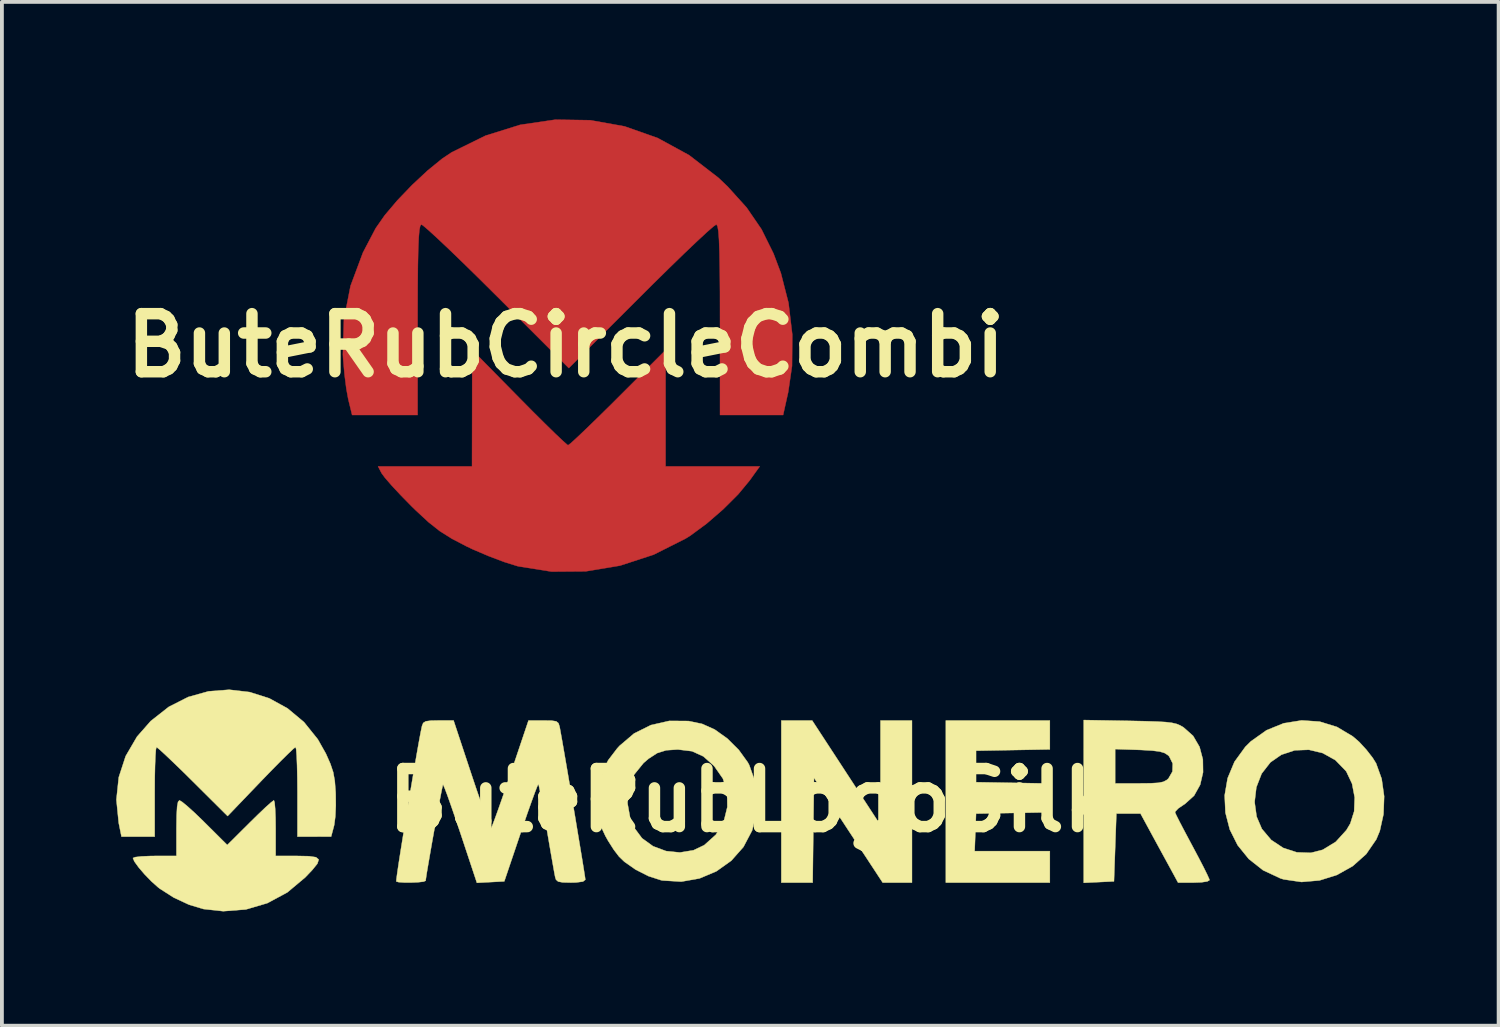
<source format=kicad_pcb>
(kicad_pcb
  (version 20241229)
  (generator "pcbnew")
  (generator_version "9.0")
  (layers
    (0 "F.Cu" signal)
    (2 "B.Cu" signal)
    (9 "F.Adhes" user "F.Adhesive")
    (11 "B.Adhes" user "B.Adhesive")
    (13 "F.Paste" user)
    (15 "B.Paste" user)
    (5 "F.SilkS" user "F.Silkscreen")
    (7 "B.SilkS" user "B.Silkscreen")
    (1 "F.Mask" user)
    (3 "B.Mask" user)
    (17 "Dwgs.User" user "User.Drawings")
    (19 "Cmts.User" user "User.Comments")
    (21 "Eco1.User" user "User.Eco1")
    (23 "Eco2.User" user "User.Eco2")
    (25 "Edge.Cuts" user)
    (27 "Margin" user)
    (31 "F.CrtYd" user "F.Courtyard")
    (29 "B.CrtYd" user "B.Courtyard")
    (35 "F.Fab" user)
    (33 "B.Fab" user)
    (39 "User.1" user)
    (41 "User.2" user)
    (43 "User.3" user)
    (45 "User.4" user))
  (footprint "ButeRubLogoSilk"
    (layer "F.Cu")
    (at 16.631 17.956)
    (property "Reference" "ButeRubLogoSilk" (at 0 0 0) (layer "F.SilkS") (effects (font (size 1.524 1.524) (thickness 0.3))))
    (attr through_hole)
    (fp_poly (pts (xy 2.533 -0.721) (xy 3.429 0.653) (xy 3.429 -2.095) (xy 4.255 -2.095) (xy 4.255 2.159) (xy 3.486 2.159) (xy 2.584 0.784) (xy 1.683 -0.59) (xy 1.666 0.784) (xy 1.649 2.159) (xy 0.826 2.159) (xy 0.826 -2.095) (xy 1.636 -2.095) (xy 2.533 -0.721)) (stroke (width 0.01) (type solid)) (fill yes) (layer "F.SilkS"))
    (fp_poly (pts (xy 7.874 -1.337) (xy 5.937 -1.302) (xy 5.937 -0.476) (xy 6.906 -0.459) (xy 7.874 -0.441) (xy 7.874 0.314) (xy 5.937 0.349) (xy 5.919 0.841) (xy 5.9 1.333) (xy 7.874 1.333) (xy 7.874 2.159) (xy 5.144 2.159) (xy 5.144 -2.095) (xy 7.874 -2.095) (xy 7.874 -1.337)) (stroke (width 0.01) (type solid)) (fill yes) (layer "F.SilkS"))
    (fp_poly (pts (xy -12.474 0.059) (xy -12.459 0.221) (xy -12.449 0.459) (xy -12.446 0.73) (xy -12.446 1.46) (xy -11.874 1.46) (xy -11.572 1.466) (xy -11.388 1.493) (xy -11.315 1.554) (xy -11.351 1.663) (xy -11.489 1.833) (xy -11.669 2.022) (xy -12.139 2.416) (xy -12.663 2.698) (xy -13.228 2.864) (xy -13.822 2.91) (xy -14.34 2.853) (xy -14.722 2.738) (xy -15.123 2.551) (xy -15.484 2.32) (xy -15.537 2.279) (xy -15.712 2.122) (xy -15.89 1.938) (xy -16.045 1.756) (xy -16.154 1.605) (xy -16.192 1.515) (xy -16.134 1.491) (xy -15.976 1.472) (xy -15.749 1.462) (xy -15.621 1.46) (xy -15.05 1.46) (xy -15.05 0.73) (xy -15.045 0.392) (xy -15.032 0.166) (xy -15.008 0.04) (xy -14.972 0.000015) (xy -14.971 0) (xy -14.899 0.043) (xy -14.758 0.159) (xy -14.566 0.333) (xy -14.344 0.547) (xy -14.305 0.586) (xy -13.716 1.172) (xy -13.127 0.586) (xy -12.905 0.368) (xy -12.714 0.186) (xy -12.572 0.059) (xy -12.497 0.002) (xy -12.492 0) (xy -12.474 0.059)) (stroke (width 0.01) (type solid)) (fill yes) (layer "F.SilkS"))
    (fp_poly (pts (xy -13.128 -2.841) (xy -12.613 -2.677) (xy -12.133 -2.413) (xy -11.703 -2.054) (xy -11.339 -1.601) (xy -11.128 -1.227) (xy -11.009 -0.958) (xy -10.935 -0.737) (xy -10.894 -0.508) (xy -10.872 -0.215) (xy -10.87 -0.161) (xy -10.867 0.139) (xy -10.88 0.423) (xy -10.908 0.641) (xy -10.918 0.683) (xy -10.99 0.952) (xy -11.432 0.953) (xy -11.874 0.953) (xy -11.874 -0.222) (xy -11.877 -0.593) (xy -11.884 -0.915) (xy -11.894 -1.17) (xy -11.907 -1.338) (xy -11.922 -1.398) (xy -11.979 -1.355) (xy -12.108 -1.233) (xy -12.297 -1.047) (xy -12.531 -0.81) (xy -12.796 -0.537) (xy -12.838 -0.493) (xy -13.707 0.413) (xy -14.617 -0.492) (xy -14.895 -0.767) (xy -15.144 -1.007) (xy -15.348 -1.201) (xy -15.495 -1.335) (xy -15.569 -1.395) (xy -15.574 -1.397) (xy -15.589 -1.337) (xy -15.602 -1.169) (xy -15.612 -0.914) (xy -15.619 -0.592) (xy -15.621 -0.222) (xy -15.621 0.953) (xy -16.492 0.953) (xy -16.565 0.593) (xy -16.626 -0.017) (xy -16.564 -0.605) (xy -16.383 -1.16) (xy -16.085 -1.671) (xy -15.725 -2.081) (xy -15.252 -2.453) (xy -14.742 -2.712) (xy -14.208 -2.861) (xy -13.665 -2.903) (xy -13.128 -2.841)) (stroke (width 0.01) (type solid)) (fill yes) (layer "F.SilkS"))
    (fp_poly (pts (xy 14.957 -2.066) (xy 15.411 -1.926) (xy 15.825 -1.678) (xy 15.996 -1.53) (xy 16.181 -1.329) (xy 16.346 -1.117) (xy 16.437 -0.971) (xy 16.583 -0.565) (xy 16.648 -0.106) (xy 16.631 0.365) (xy 16.534 0.805) (xy 16.442 1.025) (xy 16.177 1.411) (xy 15.824 1.726) (xy 15.408 1.959) (xy 14.952 2.102) (xy 14.479 2.143) (xy 14.013 2.075) (xy 13.925 2.048) (xy 13.47 1.835) (xy 13.095 1.539) (xy 12.802 1.177) (xy 12.597 0.767) (xy 12.483 0.326) (xy 12.47 0.044) (xy 13.248 0.044) (xy 13.301 0.427) (xy 13.438 0.748) (xy 13.684 1.04) (xy 13.999 1.249) (xy 14.355 1.365) (xy 14.724 1.378) (xy 15.036 1.298) (xy 15.378 1.089) (xy 15.658 0.781) (xy 15.76 0.609) (xy 15.861 0.289) (xy 15.875 -0.075) (xy 15.806 -0.436) (xy 15.658 -0.75) (xy 15.641 -0.774) (xy 15.368 -1.055) (xy 15.036 -1.24) (xy 14.673 -1.327) (xy 14.302 -1.313) (xy 13.949 -1.196) (xy 13.663 -0.997) (xy 13.433 -0.701) (xy 13.294 -0.343) (xy 13.248 0.044) (xy 12.47 0.044) (xy 12.462 -0.129) (xy 12.54 -0.581) (xy 12.72 -1.012) (xy 13.005 -1.405) (xy 13.151 -1.549) (xy 13.561 -1.84) (xy 14.012 -2.023) (xy 14.484 -2.098) (xy 14.957 -2.066)) (stroke (width 0.01) (type solid)) (fill yes) (layer "F.SilkS"))
    (fp_poly (pts (xy 9.954 -2.086) (xy 10.374 -2.077) (xy 10.688 -2.067) (xy 10.917 -2.054) (xy 11.08 -2.034) (xy 11.199 -2.006) (xy 11.294 -1.967) (xy 11.384 -1.914) (xy 11.634 -1.692) (xy 11.803 -1.403) (xy 11.89 -1.075) (xy 11.895 -0.735) (xy 11.819 -0.408) (xy 11.66 -0.123) (xy 11.419 0.095) (xy 11.393 0.111) (xy 11.247 0.21) (xy 11.167 0.294) (xy 11.161 0.32) (xy 11.196 0.397) (xy 11.28 0.564) (xy 11.403 0.799) (xy 11.553 1.081) (xy 11.621 1.208) (xy 11.778 1.503) (xy 11.911 1.76) (xy 12.008 1.957) (xy 12.06 2.074) (xy 12.065 2.095) (xy 12.006 2.129) (xy 11.85 2.152) (xy 11.652 2.159) (xy 11.239 2.159) (xy 11.075 1.857) (xy 10.973 1.67) (xy 10.832 1.412) (xy 10.675 1.124) (xy 10.582 0.953) (xy 10.254 0.349) (xy 9.62 0.349) (xy 9.557 2.127) (xy 8.763 2.165) (xy 8.763 -0.445) (xy 9.588 -0.445) (xy 10.223 -0.445) (xy 10.523 -0.448) (xy 10.724 -0.46) (xy 10.854 -0.487) (xy 10.941 -0.533) (xy 10.986 -0.572) (xy 11.092 -0.756) (xy 11.099 -0.966) (xy 11.007 -1.152) (xy 10.979 -1.181) (xy 10.89 -1.24) (xy 10.76 -1.28) (xy 10.562 -1.305) (xy 10.269 -1.322) (xy 10.217 -1.324) (xy 9.588 -1.345) (xy 9.588 -0.445) (xy 8.763 -0.445) (xy 8.763 -2.107) (xy 9.954 -2.086)) (stroke (width 0.01) (type solid)) (fill yes) (layer "F.SilkS"))
    (fp_poly (pts (xy -1.608 -2.081) (xy -1.254 -2.007) (xy -0.925 -1.86) (xy -0.592 -1.623) (xy -0.291 -1.324) (xy -0.054 -0.996) (xy -0.017 -0.927) (xy 0.126 -0.528) (xy 0.186 -0.075) (xy 0.162 0.387) (xy 0.059 0.793) (xy -0.168 1.224) (xy -0.487 1.584) (xy -0.879 1.863) (xy -1.322 2.05) (xy -1.799 2.134) (xy -2.288 2.104) (xy -2.335 2.095) (xy -2.662 1.989) (xy -2.999 1.818) (xy -3.293 1.612) (xy -3.433 1.477) (xy -3.572 1.295) (xy -3.719 1.064) (xy -3.792 0.934) (xy -3.878 0.75) (xy -3.93 0.579) (xy -3.956 0.376) (xy -3.966 0.099) (xy -3.966 0.072) (xy -3.212 0.072) (xy -3.139 0.475) (xy -3.042 0.709) (xy -2.83 0.995) (xy -2.54 1.205) (xy -2.199 1.332) (xy -1.836 1.369) (xy -1.478 1.31) (xy -1.197 1.176) (xy -0.89 0.9) (xy -0.684 0.552) (xy -0.591 0.175) (xy -0.596 -0.224) (xy -0.707 -0.57) (xy -0.933 -0.895) (xy -0.944 -0.907) (xy -1.22 -1.153) (xy -1.518 -1.289) (xy -1.879 -1.333) (xy -1.899 -1.334) (xy -2.195 -1.314) (xy -2.43 -1.241) (xy -2.657 -1.094) (xy -2.791 -0.979) (xy -3.035 -0.677) (xy -3.177 -0.319) (xy -3.212 0.072) (xy -3.966 0.072) (xy -3.966 0.032) (xy -3.945 -0.396) (xy -3.868 -0.744) (xy -3.719 -1.052) (xy -3.484 -1.36) (xy -3.421 -1.43) (xy -3.039 -1.755) (xy -2.597 -1.975) (xy -2.113 -2.085) (xy -1.608 -2.081)) (stroke (width 0.01) (type solid)) (fill yes) (layer "F.SilkS"))
    (fp_poly (pts (xy -7.304 -0.671) (xy -7.17 -0.272) (xy -7.047 0.081) (xy -6.942 0.373) (xy -6.86 0.588) (xy -6.808 0.709) (xy -6.792 0.729) (xy -6.761 0.664) (xy -6.697 0.496) (xy -6.605 0.242) (xy -6.491 -0.082) (xy -6.362 -0.457) (xy -6.281 -0.695) (xy -5.81 -2.095) (xy -5.418 -2.095) (xy -5.203 -2.092) (xy -5.082 -2.073) (xy -5.023 -2.025) (xy -4.994 -1.936) (xy -4.991 -1.921) (xy -4.966 -1.783) (xy -4.924 -1.549) (xy -4.87 -1.238) (xy -4.806 -0.867) (xy -4.736 -0.455) (xy -4.663 -0.021) (xy -4.589 0.417) (xy -4.519 0.84) (xy -4.454 1.23) (xy -4.398 1.568) (xy -4.355 1.835) (xy -4.327 2.014) (xy -4.318 2.084) (xy -4.38 2.132) (xy -4.562 2.156) (xy -4.698 2.159) (xy -4.912 2.154) (xy -5.031 2.132) (xy -5.088 2.082) (xy -5.109 2.016) (xy -5.13 1.909) (xy -5.167 1.7) (xy -5.218 1.412) (xy -5.277 1.067) (xy -5.334 0.735) (xy -5.396 0.371) (xy -5.453 0.052) (xy -5.5 -0.201) (xy -5.534 -0.367) (xy -5.55 -0.427) (xy -5.576 -0.377) (xy -5.636 -0.224) (xy -5.724 0.017) (xy -5.834 0.326) (xy -5.958 0.688) (xy -6.009 0.838) (xy -6.445 2.127) (xy -7.164 2.165) (xy -7.596 0.863) (xy -7.724 0.484) (xy -7.839 0.15) (xy -7.935 -0.121) (xy -8.007 -0.312) (xy -8.048 -0.406) (xy -8.055 -0.412) (xy -8.071 -0.347) (xy -8.105 -0.179) (xy -8.153 0.067) (xy -8.209 0.37) (xy -8.27 0.705) (xy -8.332 1.05) (xy -8.39 1.382) (xy -8.441 1.677) (xy -8.481 1.913) (xy -8.504 2.067) (xy -8.509 2.111) (xy -8.565 2.134) (xy -8.707 2.15) (xy -8.891 2.158) (xy -9.077 2.157) (xy -9.221 2.147) (xy -9.28 2.129) (xy -9.275 2.064) (xy -9.252 1.891) (xy -9.213 1.629) (xy -9.161 1.297) (xy -9.099 0.911) (xy -9.031 0.489) (xy -8.959 0.051) (xy -8.885 -0.386) (xy -8.814 -0.805) (xy -8.748 -1.187) (xy -8.69 -1.514) (xy -8.643 -1.768) (xy -8.609 -1.932) (xy -8.605 -1.953) (xy -8.573 -2.031) (xy -8.506 -2.074) (xy -8.372 -2.092) (xy -8.173 -2.096) (xy -7.776 -2.096) (xy -7.304 -0.671)) (stroke (width 0.01) (type solid)) (fill yes) (layer "F.SilkS")))
  (footprint "ButeRubCircleCombi"
    (layer "F.Cu")
    (at 11.8 6.017)
    (property "Reference" "ButeRubCircleCombi" (at 0 0 0) (layer "F.SilkS") (effects (font (size 1.524 1.524) (thickness 0.3))))
    (attr through_hole)
    (fp_poly (pts (xy -1.226 1.369) (xy -0.866 1.733) (xy -0.543 2.054) (xy -0.273 2.318) (xy -0.072 2.508) (xy 0.042 2.608) (xy 0.06 2.619) (xy 0.131 2.566) (xy 0.296 2.415) (xy 0.539 2.184) (xy 0.844 1.888) (xy 1.194 1.544) (xy 1.368 1.37) (xy 2.619 0.121) (xy 2.619 3.175) (xy 5.09 3.175) (xy 4.827 3.542) (xy 4.525 3.907) (xy 4.131 4.3) (xy 3.697 4.676) (xy 3.271 4.99) (xy 3.146 5.068) (xy 2.306 5.491) (xy 1.423 5.779) (xy 0.523 5.929) (xy -0.373 5.936) (xy -1.241 5.798) (xy -1.27 5.791) (xy -1.613 5.684) (xy -2.026 5.528) (xy -2.443 5.35) (xy -2.615 5.268) (xy -2.995 5.069) (xy -3.309 4.871) (xy -3.606 4.636) (xy -3.939 4.327) (xy -4.053 4.216) (xy -4.329 3.934) (xy -4.569 3.677) (xy -4.746 3.473) (xy -4.834 3.354) (xy -4.927 3.175) (xy -2.461 3.175) (xy -2.458 1.647) (xy -2.456 0.119) (xy -1.226 1.369)) (stroke (width 0.01) (type solid)) (fill yes) (layer "F.Cu"))
    (fp_poly (pts (xy 0.642 -5.912) (xy 1.542 -5.751) (xy 2.411 -5.445) (xy 3.236 -4.995) (xy 4.004 -4.403) (xy 4.249 -4.17) (xy 4.747 -3.618) (xy 5.137 -3.049) (xy 5.452 -2.413) (xy 5.645 -1.901) (xy 5.846 -1.116) (xy 5.945 -0.285) (xy 5.938 0.539) (xy 5.838 1.223) (xy 5.704 1.826) (xy 4.048 1.826) (xy 4.048 -0.675) (xy 4.047 -1.404) (xy 4.042 -1.987) (xy 4.034 -2.437) (xy 4.022 -2.768) (xy 4.006 -2.992) (xy 3.984 -3.123) (xy 3.956 -3.173) (xy 3.95 -3.175) (xy 3.872 -3.121) (xy 3.696 -2.967) (xy 3.436 -2.726) (xy 3.106 -2.412) (xy 2.72 -2.037) (xy 2.29 -1.614) (xy 1.965 -1.29) (xy 0.079 0.594) (xy -1.806 -1.29) (xy -2.258 -1.739) (xy -2.676 -2.149) (xy -3.048 -2.508) (xy -3.36 -2.803) (xy -3.597 -3.02) (xy -3.746 -3.147) (xy -3.791 -3.175) (xy -3.82 -3.141) (xy -3.843 -3.028) (xy -3.86 -2.825) (xy -3.873 -2.519) (xy -3.882 -2.095) (xy -3.887 -1.542) (xy -3.889 -0.846) (xy -3.889 -0.675) (xy -3.889 1.826) (xy -5.608 1.826) (xy -5.71 1.409) (xy -5.76 1.135) (xy -5.807 0.768) (xy -5.842 0.373) (xy -5.85 0.238) (xy -5.824 -0.675) (xy -5.65 -1.563) (xy -5.323 -2.44) (xy -4.989 -3.077) (xy -4.751 -3.418) (xy -4.419 -3.81) (xy -4.032 -4.213) (xy -3.628 -4.59) (xy -3.245 -4.902) (xy -2.997 -5.068) (xy -2.108 -5.506) (xy -1.196 -5.791) (xy -0.275 -5.926) (xy 0.642 -5.912)) (stroke (width 0.01) (type solid)) (fill yes) (layer "F.Cu"))
    (fp_poly (pts (xy 0.588 -6.007) (xy 1.5 -5.857) (xy 2.381 -5.566) (xy 3.216 -5.134) (xy 3.991 -4.563) (xy 4.329 -4.249) (xy 4.825 -3.698) (xy 5.215 -3.131) (xy 5.531 -2.495) (xy 5.725 -1.98) (xy 5.912 -1.257) (xy 6.016 -0.465) (xy 6.033 0.337) (xy 5.959 1.088) (xy 5.917 1.303) (xy 5.784 1.905) (xy 3.969 1.905) (xy 3.969 -0.615) (xy 3.969 -3.134) (xy 2.024 -1.191) (xy 0.079 0.753) (xy -1.865 -1.191) (xy -3.81 -3.134) (xy -3.81 1.905) (xy -5.688 1.905) (xy -5.79 1.488) (xy -5.838 1.225) (xy -5.883 0.862) (xy -5.917 0.457) (xy -5.93 0.238) (xy -5.909 -0.684) (xy -5.755 -1.553) (xy -5.459 -2.397) (xy -5.068 -3.156) (xy -4.83 -3.498) (xy -4.498 -3.889) (xy -4.111 -4.293) (xy -3.707 -4.669) (xy -3.324 -4.981) (xy -3.077 -5.148) (xy -2.187 -5.585) (xy -1.27 -5.872) (xy -0.34 -6.012) (xy 0.588 -6.007)) (stroke (width 0.01) (type solid)) (fill yes) (layer "F.Mask"))
    (fp_poly (pts (xy 2.699 3.096) (xy 3.973 3.096) (xy 5.248 3.096) (xy 5.104 3.352) (xy 4.944 3.578) (xy 4.691 3.868) (xy 4.375 4.191) (xy 4.031 4.516) (xy 3.691 4.812) (xy 3.388 5.048) (xy 3.235 5.148) (xy 2.377 5.57) (xy 1.475 5.86) (xy 0.553 6.013) (xy -0.364 6.026) (xy -1.252 5.894) (xy -1.349 5.87) (xy -2.108 5.617) (xy -2.851 5.262) (xy -3.526 4.832) (xy -3.952 4.484) (xy -4.222 4.22) (xy -4.49 3.935) (xy -4.733 3.655) (xy -4.928 3.409) (xy -5.05 3.225) (xy -5.08 3.145) (xy -5.005 3.128) (xy -4.798 3.114) (xy -4.485 3.103) (xy -4.093 3.097) (xy -3.81 3.096) (xy -2.54 3.096) (xy -2.54 1.548) (xy -2.537 1.072) (xy -2.527 0.655) (xy -2.513 0.322) (xy -2.495 0.096) (xy -2.475 0.001) (xy -2.472 0) (xy -2.399 0.054) (xy -2.232 0.207) (xy -1.989 0.44) (xy -1.686 0.74) (xy -1.34 1.088) (xy -1.171 1.259) (xy 0.061 2.519) (xy 1.38 1.2) (xy 2.699 -0.118) (xy 2.699 3.096)) (stroke (width 0.01) (type solid)) (fill yes) (layer "F.Mask")))
  (gr_rect
    (start -3 -3)
    (end 36.284 23.872)
    (stroke (width 0.1) (type default))
    (fill no)
    (layer "Edge.Cuts")))
</source>
